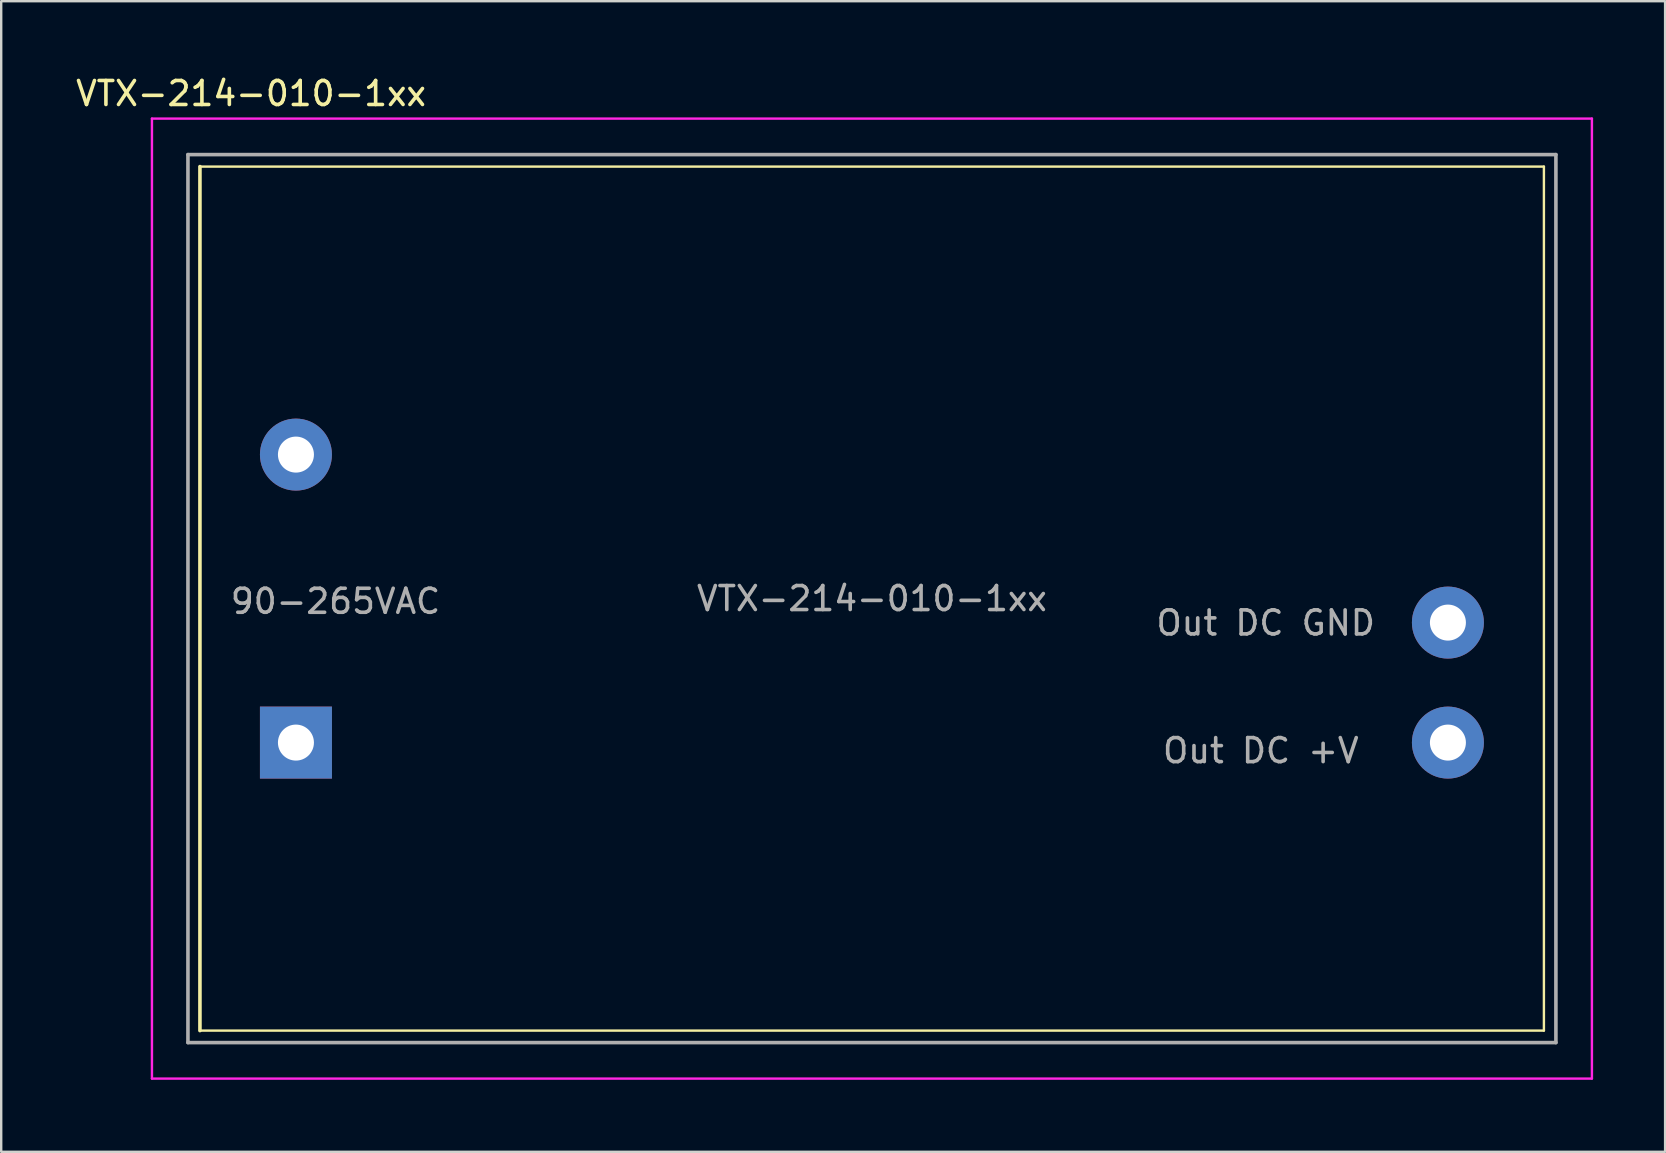
<source format=kicad_pcb>
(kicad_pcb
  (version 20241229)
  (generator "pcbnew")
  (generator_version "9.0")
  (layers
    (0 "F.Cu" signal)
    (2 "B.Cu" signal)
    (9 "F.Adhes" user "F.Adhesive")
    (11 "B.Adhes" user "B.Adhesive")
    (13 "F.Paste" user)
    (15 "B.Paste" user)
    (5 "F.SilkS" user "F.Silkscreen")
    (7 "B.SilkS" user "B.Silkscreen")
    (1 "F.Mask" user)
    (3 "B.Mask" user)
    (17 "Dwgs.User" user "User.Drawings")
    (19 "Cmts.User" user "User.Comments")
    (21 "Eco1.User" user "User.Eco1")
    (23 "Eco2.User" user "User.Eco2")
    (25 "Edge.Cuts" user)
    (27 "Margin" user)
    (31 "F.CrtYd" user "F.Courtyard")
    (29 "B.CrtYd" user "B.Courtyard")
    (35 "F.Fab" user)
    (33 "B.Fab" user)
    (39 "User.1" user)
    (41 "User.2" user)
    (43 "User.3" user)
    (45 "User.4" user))
  (footprint "VTX-214-010-1xx"
    (layer "F.Cu")
    (at 33.281 21.892)
    (property "Reference" "VTX-214-010-1xx" (at -25.87 -21.044 0) (layer "F.SilkS") (effects (font (size 1 1) (thickness 0.15))))
    (attr through_hole)
    (fp_line (start -28 -18) (end 28 -18) (stroke (width 0.1) (type solid)) (layer "F.SilkS"))
    (fp_line (start -28 18) (end -28 -18) (stroke (width 0.15) (type solid)) (layer "F.SilkS"))
    (fp_line (start 28 -18) (end 28 18) (stroke (width 0.1) (type solid)) (layer "F.SilkS"))
    (fp_line (start 28 18) (end -28 18) (stroke (width 0.1) (type solid)) (layer "F.SilkS"))
    (fp_line (start -30 -20) (end 30 -20) (stroke (width 0.1) (type solid)) (layer "F.CrtYd"))
    (fp_line (start -30 20) (end -30 -20) (stroke (width 0.1) (type solid)) (layer "F.CrtYd"))
    (fp_line (start 30 -20) (end 30 20) (stroke (width 0.1) (type solid)) (layer "F.CrtYd"))
    (fp_line (start 30 20) (end -30 20) (stroke (width 0.1) (type solid)) (layer "F.CrtYd"))
    (fp_line (start -28.5 -18.5) (end -28.5 18.5) (stroke (width 0.15) (type solid)) (layer "F.Fab"))
    (fp_line (start -28.5 -18.5) (end 28.5 -18.5) (stroke (width 0.15) (type solid)) (layer "F.Fab"))
    (fp_line (start 28.5 18.5) (end -28.5 18.5) (stroke (width 0.15) (type solid)) (layer "F.Fab"))
    (fp_line (start 28.5 18.5) (end 28.5 -18.5) (stroke (width 0.15) (type solid)) (layer "F.Fab"))
    (fp_text user "Out DC +V" (at 16.205 6.337 0) (layer "F.Fab") (effects (font (size 1 1) (thickness 0.15))))
    (fp_text user "Out DC GND" (at 16.408 1.016 0) (layer "F.Fab") (effects (font (size 1 1) (thickness 0.15))))
    (fp_text user "90-265VAC" (at -22.352 0.114 0) (layer "F.Fab") (effects (font (size 1 1) (thickness 0.15))))
    (fp_text user "${REFERENCE}" (at 0 0 0) (layer "F.Fab") (effects (font (size 1 1) (thickness 0.15))))
    (pad "1" thru_hole rect (at -24 6) (size 3 3) (drill 1.5) (layers "*.Cu" "*.Mask"))
    (pad "2" thru_hole circle (at -24 -6) (size 3 3) (drill 1.5) (layers "*.Cu" "*.Mask"))
    (pad "3" thru_hole circle (at 24 6) (size 3 3) (drill 1.5) (layers "*.Cu" "*.Mask"))
    (pad "4" thru_hole circle (at 24 1) (size 3 3) (drill 1.5) (layers "*.Cu" "*.Mask")))
  (gr_rect
    (start -3 -3)
    (end 66.331 44.942)
    (stroke (width 0.1) (type default))
    (fill no)
    (layer "Edge.Cuts")))
</source>
